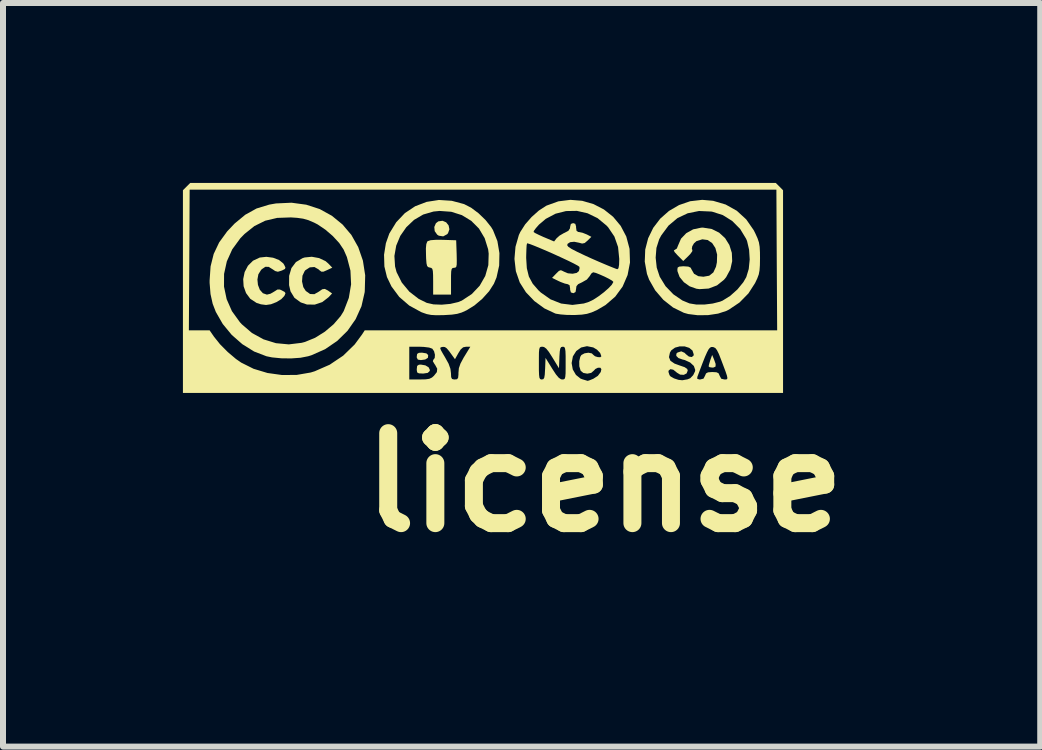
<source format=kicad_pcb>
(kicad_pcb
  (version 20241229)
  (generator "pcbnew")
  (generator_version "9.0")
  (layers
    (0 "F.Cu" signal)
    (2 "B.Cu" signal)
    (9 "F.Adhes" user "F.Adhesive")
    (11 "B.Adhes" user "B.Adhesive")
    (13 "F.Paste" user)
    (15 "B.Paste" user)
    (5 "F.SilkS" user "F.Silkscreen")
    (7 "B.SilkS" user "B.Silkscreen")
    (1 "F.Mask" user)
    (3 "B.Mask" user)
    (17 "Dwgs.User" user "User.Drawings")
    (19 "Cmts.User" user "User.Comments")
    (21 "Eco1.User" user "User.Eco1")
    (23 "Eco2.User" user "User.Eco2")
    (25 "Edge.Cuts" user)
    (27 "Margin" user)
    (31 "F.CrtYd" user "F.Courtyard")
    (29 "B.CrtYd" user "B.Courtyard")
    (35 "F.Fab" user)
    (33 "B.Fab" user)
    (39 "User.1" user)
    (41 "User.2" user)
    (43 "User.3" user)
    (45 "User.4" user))
  (footprint "license"
    (layer "F.Cu")
    (at 4.991 1.738)
    (property "Reference" "license" (at 2.039 3.256 0) (layer "F.SilkS") (effects (font (size 1.5 1.5) (thickness 0.3))))
    (attr board_only exclude_from_pos_files exclude_from_bom)
    (fp_poly (pts (xy -0.931 1.104) (xy -0.902 1.132) (xy -0.906 1.177) (xy -0.951 1.206) (xy -1.024 1.216) (xy -1.074 1.208) (xy -1.092 1.175) (xy -1.092 1.155) (xy -1.086 1.113) (xy -1.057 1.095) (xy -1.005 1.092)) (stroke (width 0) (type solid)) (fill yes) (layer "F.SilkS"))
    (fp_poly (pts (xy 3.864 1.204) (xy 3.891 1.28) (xy 3.89 1.323) (xy 3.859 1.339) (xy 3.836 1.341) (xy 3.789 1.334) (xy 3.774 1.32) (xy 3.782 1.284) (xy 3.8 1.224) (xy 3.803 1.214) (xy 3.833 1.13)) (stroke (width 0) (type solid)) (fill yes) (layer "F.SilkS"))
    (fp_poly (pts (xy -0.602 -1.081) (xy -0.561 -1.029) (xy -0.548 -0.965) (xy -0.571 -0.9) (xy -0.585 -0.883) (xy -0.651 -0.847) (xy -0.724 -0.858) (xy -0.751 -0.875) (xy -0.793 -0.934) (xy -0.8 -1.003) (xy -0.773 -1.066) (xy -0.733 -1.097) (xy -0.662 -1.107)) (stroke (width 0) (type solid)) (fill yes) (layer "F.SilkS"))
    (fp_poly (pts (xy -0.948 1.304) (xy -0.894 1.337) (xy -0.873 1.381) (xy -0.877 1.399) (xy -0.909 1.429) (xy -0.981 1.44) (xy -0.992 1.44) (xy -1.056 1.437) (xy -1.085 1.422) (xy -1.092 1.382) (xy -1.092 1.366) (xy -1.086 1.313) (xy -1.057 1.293) (xy -1.023 1.291)) (stroke (width 0) (type solid)) (fill yes) (layer "F.SilkS"))
    (fp_poly (pts (xy -0.654 -0.789) (xy -0.435 -0.782) (xy -0.427 -0.552) (xy -0.425 -0.445) (xy -0.426 -0.377) (xy -0.433 -0.341) (xy -0.448 -0.326) (xy -0.471 -0.323) (xy -0.495 -0.319) (xy -0.51 -0.302) (xy -0.518 -0.263) (xy -0.521 -0.191) (xy -0.521 -0.099) (xy -0.521 0.124) (xy -0.67 0.124) (xy -0.819 0.124) (xy -0.819 -0.098) (xy -0.82 -0.203) (xy -0.824 -0.269) (xy -0.833 -0.305) (xy -0.85 -0.321) (xy -0.875 -0.327) (xy -0.903 -0.335) (xy -0.92 -0.355) (xy -0.93 -0.398) (xy -0.936 -0.474) (xy -0.938 -0.536) (xy -0.94 -0.647) (xy -0.933 -0.718) (xy -0.918 -0.758) (xy -0.91 -0.767) (xy -0.861 -0.783) (xy -0.766 -0.79)) (stroke (width 0) (type solid)) (fill yes) (layer "F.SilkS"))
    (fp_poly (pts (xy -2.721 -0.485) (xy -2.613 -0.434) (xy -2.57 -0.397) (xy -2.501 -0.325) (xy -2.588 -0.284) (xy -2.646 -0.259) (xy -2.682 -0.258) (xy -2.717 -0.284) (xy -2.73 -0.297) (xy -2.799 -0.336) (xy -2.876 -0.33) (xy -2.95 -0.282) (xy -2.961 -0.269) (xy -2.998 -0.191) (xy -3.005 -0.095) (xy -2.984 -0.001) (xy -2.943 0.063) (xy -2.871 0.114) (xy -2.8 0.117) (xy -2.724 0.074) (xy -2.668 0.035) (xy -2.625 0.029) (xy -2.575 0.055) (xy -2.561 0.065) (xy -2.504 0.105) (xy -2.562 0.167) (xy -2.668 0.249) (xy -2.793 0.291) (xy -2.924 0.289) (xy -3.027 0.254) (xy -3.132 0.177) (xy -3.197 0.07) (xy -3.221 -0.033) (xy -3.22 -0.189) (xy -3.182 -0.318) (xy -3.107 -0.418) (xy -2.998 -0.483) (xy -2.962 -0.495) (xy -2.843 -0.507)) (stroke (width 0) (type solid)) (fill yes) (layer "F.SilkS"))
    (fp_poly (pts (xy -3.488 -0.491) (xy -3.389 -0.453) (xy -3.318 -0.396) (xy -3.303 -0.373) (xy -3.282 -0.329) (xy -3.289 -0.304) (xy -3.331 -0.282) (xy -3.351 -0.274) (xy -3.408 -0.257) (xy -3.453 -0.269) (xy -3.491 -0.295) (xy -3.56 -0.338) (xy -3.616 -0.34) (xy -3.675 -0.3) (xy -3.688 -0.287) (xy -3.733 -0.215) (xy -3.749 -0.127) (xy -3.74 -0.037) (xy -3.709 0.043) (xy -3.658 0.101) (xy -3.592 0.124) (xy -3.589 0.124) (xy -3.53 0.109) (xy -3.468 0.073) (xy -3.416 0.04) (xy -3.373 0.04) (xy -3.346 0.052) (xy -3.296 0.079) (xy -3.281 0.1) (xy -3.293 0.132) (xy -3.301 0.147) (xy -3.351 0.2) (xy -3.431 0.249) (xy -3.523 0.285) (xy -3.605 0.297) (xy -3.69 0.286) (xy -3.763 0.263) (xy -3.868 0.194) (xy -3.939 0.098) (xy -3.979 -0.015) (xy -3.986 -0.134) (xy -3.962 -0.252) (xy -3.907 -0.357) (xy -3.823 -0.441) (xy -3.71 -0.494) (xy -3.6 -0.506)) (stroke (width 0) (type solid)) (fill yes) (layer "F.SilkS"))
    (fp_poly (pts (xy 3.826 -0.97) (xy 3.949 -0.909) (xy 4.049 -0.817) (xy 4.12 -0.703) (xy 4.161 -0.572) (xy 4.167 -0.434) (xy 4.136 -0.296) (xy 4.066 -0.166) (xy 4.031 -0.124) (xy 3.914 -0.03) (xy 3.775 0.023) (xy 3.622 0.033) (xy 3.571 0.026) (xy 3.458 -0.014) (xy 3.361 -0.083) (xy 3.29 -0.17) (xy 3.255 -0.265) (xy 3.253 -0.292) (xy 3.258 -0.327) (xy 3.285 -0.343) (xy 3.344 -0.348) (xy 3.363 -0.348) (xy 3.436 -0.343) (xy 3.474 -0.325) (xy 3.488 -0.298) (xy 3.531 -0.223) (xy 3.603 -0.183) (xy 3.687 -0.174) (xy 3.784 -0.191) (xy 3.853 -0.246) (xy 3.897 -0.341) (xy 3.912 -0.414) (xy 3.916 -0.543) (xy 3.887 -0.652) (xy 3.833 -0.735) (xy 3.758 -0.786) (xy 3.669 -0.798) (xy 3.572 -0.768) (xy 3.53 -0.731) (xy 3.501 -0.681) (xy 3.494 -0.637) (xy 3.504 -0.619) (xy 3.5 -0.596) (xy 3.468 -0.552) (xy 3.438 -0.521) (xy 3.351 -0.436) (xy 3.259 -0.528) (xy 3.207 -0.585) (xy 3.194 -0.614) (xy 3.208 -0.621) (xy 3.244 -0.644) (xy 3.265 -0.696) (xy 3.314 -0.809) (xy 3.401 -0.9) (xy 3.516 -0.964) (xy 3.65 -0.992) (xy 3.68 -0.993)) (stroke (width 0) (type solid)) (fill yes) (layer "F.SilkS"))
    (fp_poly (pts (xy -0.508 -1.44) (xy -0.303 -1.385) (xy -0.186 -1.325) (xy -0.062 -1.232) (xy 0.054 -1.12) (xy 0.148 -1.002) (xy 0.179 -0.951) (xy 0.252 -0.769) (xy 0.286 -0.568) (xy 0.282 -0.361) (xy 0.238 -0.163) (xy 0.194 -0.057) (xy 0.114 0.068) (xy 0.000286 0.194) (xy -0.131 0.305) (xy -0.264 0.387) (xy -0.344 0.423) (xy -0.419 0.445) (xy -0.507 0.458) (xy -0.625 0.465) (xy -0.645 0.466) (xy -0.765 0.468) (xy -0.853 0.463) (xy -0.925 0.449) (xy -0.997 0.424) (xy -1.02 0.415) (xy -1.217 0.307) (xy -1.384 0.163) (xy -1.514 -0.012) (xy -1.589 -0.168) (xy -1.632 -0.345) (xy -1.637 -0.52) (xy -1.465 -0.52) (xy -1.454 -0.345) (xy -1.429 -0.251) (xy -1.342 -0.077) (xy -1.216 0.075) (xy -1.059 0.196) (xy -0.925 0.262) (xy -0.813 0.287) (xy -0.676 0.292) (xy -0.533 0.279) (xy -0.403 0.249) (xy -0.341 0.224) (xy -0.175 0.115) (xy -0.043 -0.024) (xy 0.05 -0.187) (xy 0.101 -0.367) (xy 0.107 -0.559) (xy 0.098 -0.631) (xy 0.04 -0.817) (xy -0.055 -0.977) (xy -0.184 -1.106) (xy -0.34 -1.201) (xy -0.517 -1.257) (xy -0.711 -1.271) (xy -0.813 -1.261) (xy -0.985 -1.211) (xy -1.137 -1.122) (xy -1.266 -1) (xy -1.367 -0.855) (xy -1.435 -0.692) (xy -1.465 -0.52) (xy -1.637 -0.52) (xy -1.638 -0.539) (xy -1.607 -0.733) (xy -1.55 -0.894) (xy -1.435 -1.082) (xy -1.29 -1.235) (xy -1.119 -1.349) (xy -0.928 -1.422) (xy -0.723 -1.454)) (stroke (width 0) (type solid)) (fill yes) (layer "F.SilkS"))
    (fp_poly (pts (xy 3.849 -1.44) (xy 4.058 -1.378) (xy 4.244 -1.274) (xy 4.401 -1.13) (xy 4.526 -0.95) (xy 4.554 -0.894) (xy 4.59 -0.814) (xy 4.613 -0.746) (xy 4.625 -0.674) (xy 4.63 -0.581) (xy 4.631 -0.484) (xy 4.629 -0.365) (xy 4.623 -0.28) (xy 4.61 -0.212) (xy 4.585 -0.145) (xy 4.549 -0.069) (xy 4.438 0.104) (xy 4.289 0.256) (xy 4.113 0.374) (xy 4.072 0.395) (xy 3.932 0.441) (xy 3.766 0.466) (xy 3.594 0.468) (xy 3.434 0.448) (xy 3.36 0.427) (xy 3.181 0.339) (xy 3.019 0.211) (xy 2.883 0.053) (xy 2.782 -0.125) (xy 2.746 -0.222) (xy 2.709 -0.427) (xy 2.712 -0.492) (xy 2.891 -0.492) (xy 2.909 -0.325) (xy 2.959 -0.174) (xy 3.056 -0.016) (xy 3.186 0.119) (xy 3.337 0.222) (xy 3.455 0.271) (xy 3.566 0.289) (xy 3.702 0.29) (xy 3.842 0.273) (xy 3.964 0.242) (xy 4.006 0.225) (xy 4.133 0.146) (xy 4.254 0.038) (xy 4.353 -0.083) (xy 4.402 -0.168) (xy 4.443 -0.303) (xy 4.459 -0.461) (xy 4.449 -0.623) (xy 4.415 -0.769) (xy 4.399 -0.807) (xy 4.3 -0.97) (xy 4.167 -1.104) (xy 4.01 -1.202) (xy 3.835 -1.258) (xy 3.817 -1.261) (xy 3.614 -1.27) (xy 3.425 -1.232) (xy 3.254 -1.151) (xy 3.106 -1.027) (xy 2.985 -0.864) (xy 2.95 -0.799) (xy 2.904 -0.655) (xy 2.891 -0.492) (xy 2.712 -0.492) (xy 2.717 -0.627) (xy 2.766 -0.816) (xy 2.851 -0.99) (xy 2.968 -1.143) (xy 3.113 -1.271) (xy 3.281 -1.369) (xy 3.467 -1.433) (xy 3.668 -1.456)) (stroke (width 0) (type solid)) (fill yes) (layer "F.SilkS"))
    (fp_poly (pts (xy -2.935 -1.375) (xy -2.71 -1.302) (xy -2.507 -1.19) (xy -2.33 -1.045) (xy -2.182 -0.87) (xy -2.068 -0.667) (xy -1.99 -0.442) (xy -1.952 -0.197) (xy -1.959 0.065) (xy -1.961 0.086) (xy -2.014 0.318) (xy -2.111 0.533) (xy -2.247 0.728) (xy -2.418 0.896) (xy -2.62 1.034) (xy -2.848 1.135) (xy -2.903 1.152) (xy -3.031 1.177) (xy -3.186 1.188) (xy -3.351 1.186) (xy -3.505 1.171) (xy -3.598 1.152) (xy -3.804 1.073) (xy -4 0.951) (xy -4.177 0.796) (xy -4.327 0.614) (xy -4.442 0.414) (xy -4.495 0.277) (xy -4.531 0.115) (xy -4.541 -0.009) (xy -4.306 -0.009) (xy -4.262 0.2) (xy -4.174 0.4) (xy -4.041 0.584) (xy -4.01 0.618) (xy -3.84 0.764) (xy -3.647 0.87) (xy -3.44 0.934) (xy -3.226 0.954) (xy -3.012 0.928) (xy -2.955 0.913) (xy -2.787 0.844) (xy -2.624 0.742) (xy -2.478 0.618) (xy -2.361 0.482) (xy -2.31 0.399) (xy -2.225 0.179) (xy -2.187 -0.048) (xy -2.198 -0.276) (xy -2.257 -0.502) (xy -2.312 -0.627) (xy -2.385 -0.736) (xy -2.491 -0.851) (xy -2.615 -0.958) (xy -2.745 -1.046) (xy -2.803 -1.076) (xy -2.899 -1.117) (xy -2.987 -1.142) (xy -3.088 -1.156) (xy -3.191 -1.163) (xy -3.419 -1.155) (xy -3.619 -1.108) (xy -3.799 -1.019) (xy -3.965 -0.886) (xy -4.034 -0.815) (xy -4.169 -0.63) (xy -4.259 -0.43) (xy -4.305 -0.221) (xy -4.306 -0.009) (xy -4.541 -0.009) (xy -4.546 -0.071) (xy -4.546 -0.112) (xy -4.53 -0.346) (xy -4.478 -0.554) (xy -4.387 -0.746) (xy -4.254 -0.929) (xy -4.129 -1.061) (xy -3.951 -1.208) (xy -3.763 -1.312) (xy -3.553 -1.376) (xy -3.44 -1.396) (xy -3.18 -1.408)) (stroke (width 0) (type solid)) (fill yes) (layer "F.SilkS"))
    (fp_poly (pts (xy 1.666 -1.44) (xy 1.855 -1.385) (xy 2.029 -1.295) (xy 2.182 -1.173) (xy 2.308 -1.022) (xy 2.401 -0.845) (xy 2.454 -0.646) (xy 2.456 -0.632) (xy 2.463 -0.411) (xy 2.423 -0.202) (xy 2.34 -0.01) (xy 2.217 0.158) (xy 2.055 0.298) (xy 1.912 0.382) (xy 1.823 0.421) (xy 1.745 0.445) (xy 1.66 0.458) (xy 1.547 0.464) (xy 1.527 0.464) (xy 1.413 0.463) (xy 1.309 0.455) (xy 1.232 0.443) (xy 1.217 0.439) (xy 1.036 0.354) (xy 0.869 0.232) (xy 0.728 0.085) (xy 0.625 -0.078) (xy 0.625 -0.078) (xy 0.56 -0.266) (xy 0.537 -0.469) (xy 0.538 -0.488) (xy 0.732 -0.488) (xy 0.743 -0.316) (xy 0.777 -0.177) (xy 0.841 -0.058) (xy 0.94 0.056) (xy 0.976 0.089) (xy 1.138 0.203) (xy 1.315 0.273) (xy 1.503 0.296) (xy 1.694 0.272) (xy 1.778 0.245) (xy 1.852 0.209) (xy 1.938 0.153) (xy 2.024 0.088) (xy 2.101 0.021) (xy 2.158 -0.038) (xy 2.184 -0.083) (xy 2.185 -0.089) (xy 2.164 -0.109) (xy 2.111 -0.14) (xy 2.039 -0.176) (xy 1.962 -0.21) (xy 1.895 -0.237) (xy 1.85 -0.248) (xy 1.848 -0.248) (xy 1.819 -0.228) (xy 1.791 -0.184) (xy 1.744 -0.127) (xy 1.665 -0.082) (xy 1.663 -0.081) (xy 1.599 -0.05) (xy 1.57 -0.016) (xy 1.564 0.029) (xy 1.555 0.081) (xy 1.523 0.099) (xy 1.515 0.099) (xy 1.478 0.088) (xy 1.465 0.044) (xy 1.465 0.025) (xy 1.456 -0.032) (xy 1.425 -0.05) (xy 1.423 -0.05) (xy 1.377 -0.06) (xy 1.307 -0.086) (xy 1.272 -0.102) (xy 1.164 -0.155) (xy 1.232 -0.226) (xy 1.278 -0.271) (xy 1.311 -0.283) (xy 1.347 -0.267) (xy 1.357 -0.261) (xy 1.428 -0.231) (xy 1.507 -0.224) (xy 1.575 -0.238) (xy 1.611 -0.268) (xy 1.623 -0.318) (xy 1.618 -0.341) (xy 1.59 -0.36) (xy 1.527 -0.394) (xy 1.436 -0.439) (xy 1.327 -0.49) (xy 1.207 -0.545) (xy 1.085 -0.599) (xy 0.97 -0.648) (xy 0.871 -0.689) (xy 0.796 -0.718) (xy 0.753 -0.731) (xy 0.747 -0.73) (xy 0.74 -0.701) (xy 0.736 -0.633) (xy 0.733 -0.54) (xy 0.732 -0.488) (xy 0.538 -0.488) (xy 0.554 -0.674) (xy 0.61 -0.869) (xy 0.634 -0.92) (xy 0.856 -0.92) (xy 0.882 -0.902) (xy 0.943 -0.872) (xy 1.024 -0.835) (xy 1.032 -0.832) (xy 1.198 -0.762) (xy 1.238 -0.814) (xy 1.288 -0.859) (xy 1.358 -0.9) (xy 1.372 -0.906) (xy 1.436 -0.94) (xy 1.462 -0.98) (xy 1.465 -1.006) (xy 1.477 -1.054) (xy 1.515 -1.068) (xy 1.551 -1.056) (xy 1.564 -1.012) (xy 1.564 -0.993) (xy 1.572 -0.939) (xy 1.601 -0.92) (xy 1.615 -0.919) (xy 1.672 -0.907) (xy 1.74 -0.88) (xy 1.743 -0.879) (xy 1.819 -0.839) (xy 1.756 -0.777) (xy 1.708 -0.736) (xy 1.665 -0.727) (xy 1.613 -0.741) (xy 1.533 -0.757) (xy 1.465 -0.75) (xy 1.423 -0.723) (xy 1.416 -0.699) (xy 1.434 -0.674) (xy 1.488 -0.638) (xy 1.583 -0.589) (xy 1.72 -0.524) (xy 1.819 -0.479) (xy 1.951 -0.421) (xy 2.069 -0.371) (xy 2.164 -0.332) (xy 2.228 -0.307) (xy 2.253 -0.299) (xy 2.271 -0.316) (xy 2.281 -0.373) (xy 2.284 -0.471) (xy 2.264 -0.67) (xy 2.203 -0.844) (xy 2.099 -0.998) (xy 2.071 -1.028) (xy 1.922 -1.151) (xy 1.755 -1.232) (xy 1.578 -1.272) (xy 1.397 -1.269) (xy 1.222 -1.225) (xy 1.059 -1.139) (xy 0.946 -1.043) (xy 0.894 -0.984) (xy 0.861 -0.939) (xy 0.856 -0.92) (xy 0.634 -0.92) (xy 0.637 -0.925) (xy 0.715 -1.047) (xy 0.822 -1.169) (xy 0.943 -1.277) (xy 1.063 -1.355) (xy 1.072 -1.36) (xy 1.269 -1.431) (xy 1.469 -1.456)) (stroke (width 0) (type solid)) (fill yes) (layer "F.SilkS"))
    (fp_poly (pts (xy 4.955 -1.677) (xy 5.015 -1.616) (xy 5.015 0.073) (xy 5.015 1.763) (xy 0.012 1.763) (xy -4.991 1.763) (xy -4.991 0.72) (xy -4.892 0.72) (xy -4.719 0.72) (xy -4.546 0.72) (xy -4.473 0.826) (xy -4.373 0.951) (xy -4.244 1.081) (xy -4.107 1.197) (xy -4.019 1.258) (xy -3.813 1.361) (xy -3.581 1.431) (xy -3.337 1.465) (xy -3.093 1.463) (xy -2.861 1.423) (xy -2.793 1.402) (xy -2.542 1.292) (xy -2.504 1.266) (xy -1.217 1.266) (xy -1.217 1.539) (xy -1.042 1.539) (xy -0.945 1.537) (xy -0.883 1.528) (xy -0.839 1.507) (xy -0.806 1.478) (xy -0.757 1.416) (xy -0.751 1.36) (xy -0.787 1.294) (xy -0.795 1.284) (xy -0.824 1.235) (xy -0.816 1.211) (xy -0.793 1.181) (xy -0.789 1.127) (xy -0.804 1.068) (xy -0.833 1.026) (xy -0.855 1.018) (xy -0.701 1.018) (xy -0.689 1.051) (xy -0.656 1.11) (xy -0.622 1.167) (xy -0.562 1.275) (xy -0.531 1.362) (xy -0.522 1.434) (xy -0.519 1.5) (xy -0.504 1.531) (xy -0.47 1.539) (xy -0.459 1.539) (xy -0.421 1.535) (xy -0.403 1.512) (xy -0.397 1.458) (xy -0.397 1.428) (xy -0.39 1.351) (xy -0.363 1.273) (xy -0.359 1.266) (xy 0.944 1.266) (xy 0.944 1.386) (xy 0.947 1.464) (xy 0.953 1.51) (xy 0.965 1.532) (xy 0.984 1.539) (xy 0.992 1.539) (xy 1.018 1.534) (xy 1.033 1.511) (xy 1.042 1.46) (xy 1.047 1.371) (xy 1.048 1.359) (xy 1.055 1.179) (xy 1.166 1.359) (xy 1.228 1.454) (xy 1.275 1.51) (xy 1.313 1.536) (xy 1.334 1.539) (xy 1.359 1.537) (xy 1.375 1.526) (xy 1.384 1.496) (xy 1.389 1.439) (xy 1.39 1.346) (xy 1.39 1.266) (xy 1.49 1.266) (xy 1.509 1.372) (xy 1.562 1.463) (xy 1.638 1.524) (xy 1.669 1.536) (xy 1.726 1.553) (xy 1.756 1.562) (xy 1.757 1.562) (xy 1.783 1.555) (xy 1.835 1.534) (xy 1.849 1.529) (xy 1.927 1.479) (xy 1.976 1.414) (xy 1.976 1.412) (xy 3.104 1.412) (xy 3.122 1.467) (xy 3.139 1.488) (xy 3.197 1.521) (xy 3.27 1.545) (xy 3.333 1.552) (xy 3.348 1.55) (xy 3.404 1.54) (xy 3.416 1.539) (xy 3.444 1.528) (xy 3.584 1.528) (xy 3.619 1.539) (xy 3.634 1.539) (xy 3.689 1.525) (xy 3.714 1.477) (xy 3.731 1.438) (xy 3.764 1.42) (xy 3.831 1.415) (xy 3.836 1.415) (xy 3.905 1.419) (xy 3.94 1.436) (xy 3.957 1.474) (xy 3.958 1.477) (xy 3.985 1.527) (xy 4.037 1.539) (xy 4.065 1.539) (xy 4.082 1.533) (xy 4.087 1.514) (xy 4.079 1.474) (xy 4.057 1.408) (xy 4.019 1.307) (xy 3.985 1.217) (xy 3.945 1.114) (xy 3.913 1.05) (xy 3.886 1.015) (xy 3.855 1) (xy 3.843 0.998) (xy 3.819 0.998) (xy 3.797 1.009) (xy 3.774 1.036) (xy 3.748 1.085) (xy 3.714 1.161) (xy 3.671 1.27) (xy 3.615 1.418) (xy 3.586 1.496) (xy 3.584 1.528) (xy 3.444 1.528) (xy 3.468 1.518) (xy 3.517 1.467) (xy 3.547 1.405) (xy 3.551 1.38) (xy 3.528 1.314) (xy 3.466 1.256) (xy 3.376 1.215) (xy 3.338 1.206) (xy 3.271 1.182) (xy 3.235 1.146) (xy 3.236 1.109) (xy 3.255 1.09) (xy 3.318 1.07) (xy 3.374 1.095) (xy 3.395 1.117) (xy 3.445 1.157) (xy 3.492 1.165) (xy 3.522 1.143) (xy 3.526 1.121) (xy 3.505 1.057) (xy 3.451 1.012) (xy 3.376 0.988) (xy 3.293 0.987) (xy 3.214 1.008) (xy 3.152 1.053) (xy 3.129 1.091) (xy 3.113 1.167) (xy 3.137 1.227) (xy 3.205 1.274) (xy 3.29 1.305) (xy 3.374 1.334) (xy 3.417 1.363) (xy 3.426 1.39) (xy 3.407 1.438) (xy 3.36 1.462) (xy 3.299 1.458) (xy 3.243 1.424) (xy 3.234 1.415) (xy 3.184 1.376) (xy 3.137 1.367) (xy 3.108 1.39) (xy 3.104 1.412) (xy 1.976 1.412) (xy 1.986 1.367) (xy 1.969 1.343) (xy 1.929 1.343) (xy 1.886 1.364) (xy 1.862 1.39) (xy 1.817 1.429) (xy 1.751 1.442) (xy 1.685 1.43) (xy 1.64 1.393) (xy 1.64 1.392) (xy 1.618 1.319) (xy 1.617 1.234) (xy 1.634 1.161) (xy 1.653 1.131) (xy 1.705 1.103) (xy 1.769 1.093) (xy 1.826 1.104) (xy 1.853 1.13) (xy 1.88 1.152) (xy 1.925 1.166) (xy 1.968 1.168) (xy 1.986 1.153) (xy 1.966 1.098) (xy 1.913 1.042) (xy 1.851 1.005) (xy 1.746 0.984) (xy 1.648 1.006) (xy 1.567 1.065) (xy 1.511 1.154) (xy 1.49 1.265) (xy 1.49 1.266) (xy 1.39 1.266) (xy 1.39 1.147) (xy 1.387 1.068) (xy 1.38 1.022) (xy 1.369 1) (xy 1.35 0.993) (xy 1.342 0.993) (xy 1.316 0.999) (xy 1.301 1.022) (xy 1.292 1.072) (xy 1.286 1.162) (xy 1.286 1.173) (xy 1.279 1.352) (xy 1.17 1.173) (xy 1.111 1.08) (xy 1.067 1.025) (xy 1.03 0.998) (xy 1.003 0.993) (xy 0.977 0.995) (xy 0.96 1.005) (xy 0.95 1.034) (xy 0.945 1.088) (xy 0.944 1.177) (xy 0.944 1.266) (xy -0.359 1.266) (xy -0.311 1.176) (xy -0.298 1.155) (xy -0.199 0.993) (xy -0.269 0.993) (xy -0.319 1.003) (xy -0.36 1.039) (xy -0.397 1.097) (xy -0.455 1.201) (xy -0.495 1.146) (xy -0.553 1.066) (xy -0.592 1.02) (xy -0.622 0.999) (xy -0.652 0.995) (xy -0.665 0.997) (xy -0.692 1.003) (xy -0.701 1.018) (xy -0.855 1.018) (xy -0.886 1.007) (xy -0.975 0.996) (xy -1.048 0.993) (xy -1.217 0.993) (xy -1.217 1.266) (xy -2.504 1.266) (xy -2.319 1.142) (xy -2.128 0.956) (xy -2.004 0.788) (xy -1.96 0.72) (xy 1.478 0.72) (xy 4.917 0.72) (xy 4.91 -0.453) (xy 4.904 -1.626) (xy 0.012 -1.626) (xy -4.879 -1.626) (xy -4.885 -0.453) (xy -4.892 0.72) (xy -4.991 0.72) (xy -4.991 0.073) (xy -4.991 -1.616) (xy -4.93 -1.677) (xy -4.869 -1.738) (xy 0.012 -1.738) (xy 4.894 -1.738)) (stroke (width 0) (type solid)) (fill yes) (layer "F.SilkS")))
  (gr_rect
    (start -3 -3)
    (end 14.294 9.398)
    (stroke (width 0.1) (type default))
    (fill no)
    (layer "Edge.Cuts")))
</source>
